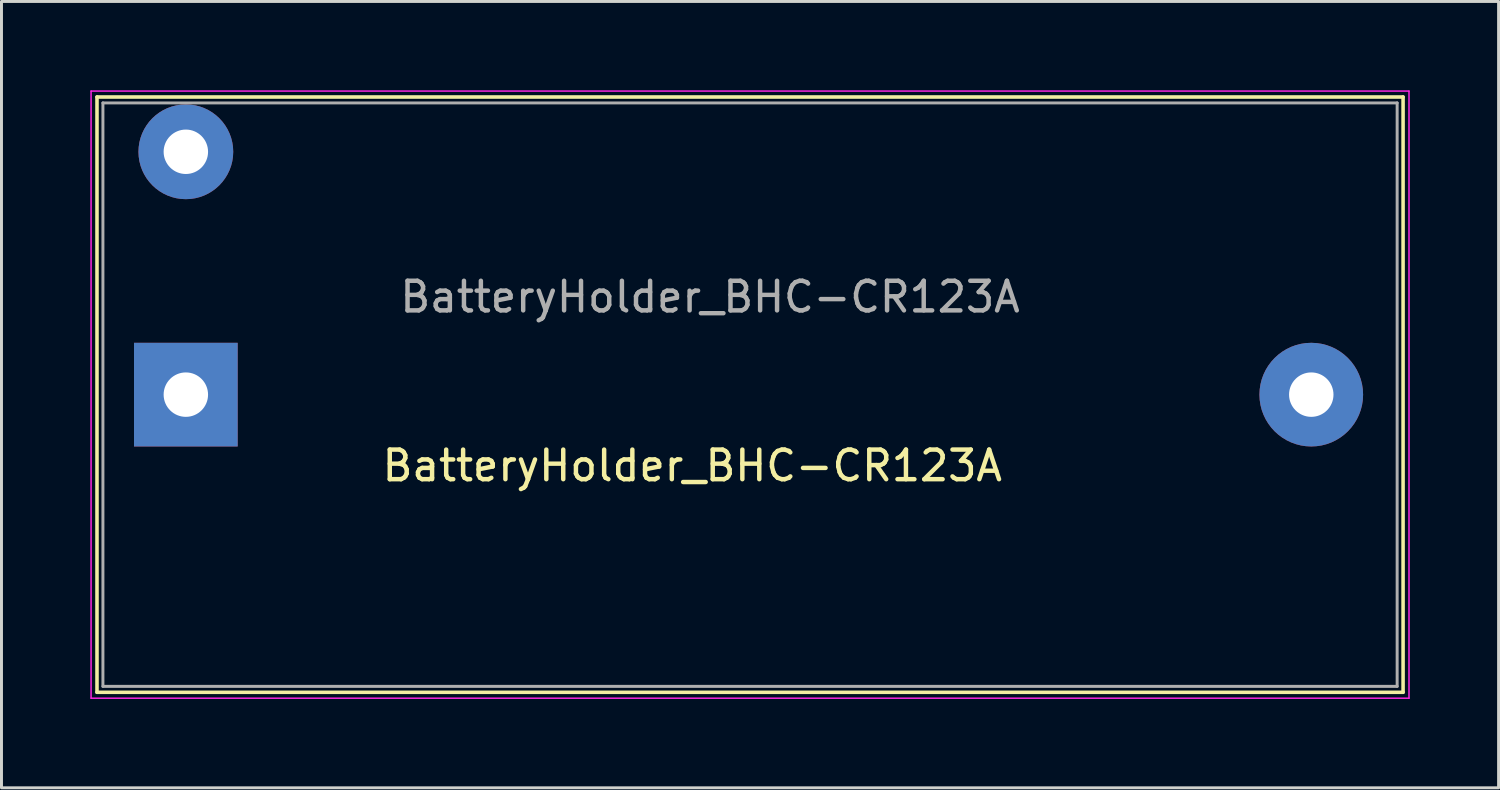
<source format=kicad_pcb>
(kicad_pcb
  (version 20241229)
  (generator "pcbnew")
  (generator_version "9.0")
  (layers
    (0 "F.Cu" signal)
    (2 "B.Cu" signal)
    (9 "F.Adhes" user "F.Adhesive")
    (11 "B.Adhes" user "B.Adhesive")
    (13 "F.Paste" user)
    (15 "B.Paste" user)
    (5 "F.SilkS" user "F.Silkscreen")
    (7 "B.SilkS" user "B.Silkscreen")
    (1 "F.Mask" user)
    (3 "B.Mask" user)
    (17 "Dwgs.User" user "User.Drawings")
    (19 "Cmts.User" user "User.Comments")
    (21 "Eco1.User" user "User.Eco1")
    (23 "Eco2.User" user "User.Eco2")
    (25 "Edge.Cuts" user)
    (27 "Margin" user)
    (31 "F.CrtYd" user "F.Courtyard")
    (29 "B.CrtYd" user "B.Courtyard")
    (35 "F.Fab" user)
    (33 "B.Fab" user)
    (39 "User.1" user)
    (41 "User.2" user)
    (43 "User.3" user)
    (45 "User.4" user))
  (footprint "BatteryHolder_BHC-CR123A"
    (layer "F.Cu")
    (at 3.225 10.275)
    (property "Reference" "BatteryHolder_BHC-CR123A" (at 17.1 2.4 0) (layer "F.SilkS") (effects (font (size 1 1) (thickness 0.15))))
    (attr through_hole)
    (fp_line (start -3 -10.05) (end 41.1 -10.05) (stroke (width 0.12) (type solid)) (layer "F.SilkS"))
    (fp_line (start -3 10.05) (end -3 -10.05) (stroke (width 0.12) (type solid)) (layer "F.SilkS"))
    (fp_line (start 41.1 -10.05) (end 41.1 10.05) (stroke (width 0.12) (type solid)) (layer "F.SilkS"))
    (fp_line (start 41.1 10.05) (end -3 10.05) (stroke (width 0.12) (type solid)) (layer "F.SilkS"))
    (fp_line (start -3.2 -10.25) (end 41.3 -10.25) (stroke (width 0.05) (type solid)) (layer "F.CrtYd"))
    (fp_line (start -3.2 10.25) (end -3.2 -10.25) (stroke (width 0.05) (type solid)) (layer "F.CrtYd"))
    (fp_line (start 41.3 -10.25) (end 41.3 10.25) (stroke (width 0.05) (type solid)) (layer "F.CrtYd"))
    (fp_line (start 41.3 10.25) (end -3.2 10.25) (stroke (width 0.05) (type solid)) (layer "F.CrtYd"))
    (fp_line (start -2.8 -9.85) (end 40.9 -9.85) (stroke (width 0.1) (type solid)) (layer "F.Fab"))
    (fp_line (start -2.8 9.85) (end -2.8 -9.85) (stroke (width 0.1) (type solid)) (layer "F.Fab"))
    (fp_line (start 40.9 -9.85) (end 40.9 9.85) (stroke (width 0.1) (type solid)) (layer "F.Fab"))
    (fp_line (start 40.9 9.85) (end -2.8 9.85) (stroke (width 0.1) (type solid)) (layer "F.Fab"))
    (fp_text user "${REFERENCE}" (at 17.7 -3.3 0) (layer "F.Fab") (effects (font (size 1 1) (thickness 0.15))))
    (pad "" thru_hole circle (at 0 -8.2) (size 3.2 3.2) (drill 1.5) (layers "*.Cu" "*.Mask"))
    (pad "1" thru_hole rect (at 0 0) (size 3.5 3.5) (drill 1.5) (layers "*.Cu" "*.Mask"))
    (pad "2" thru_hole circle (at 38 0) (size 3.5 3.5) (drill 1.5) (layers "*.Cu" "*.Mask")))
  (gr_rect
    (start -3 -3)
    (end 47.55 23.55)
    (stroke (width 0.1) (type default))
    (fill no)
    (layer "Edge.Cuts")))
</source>
